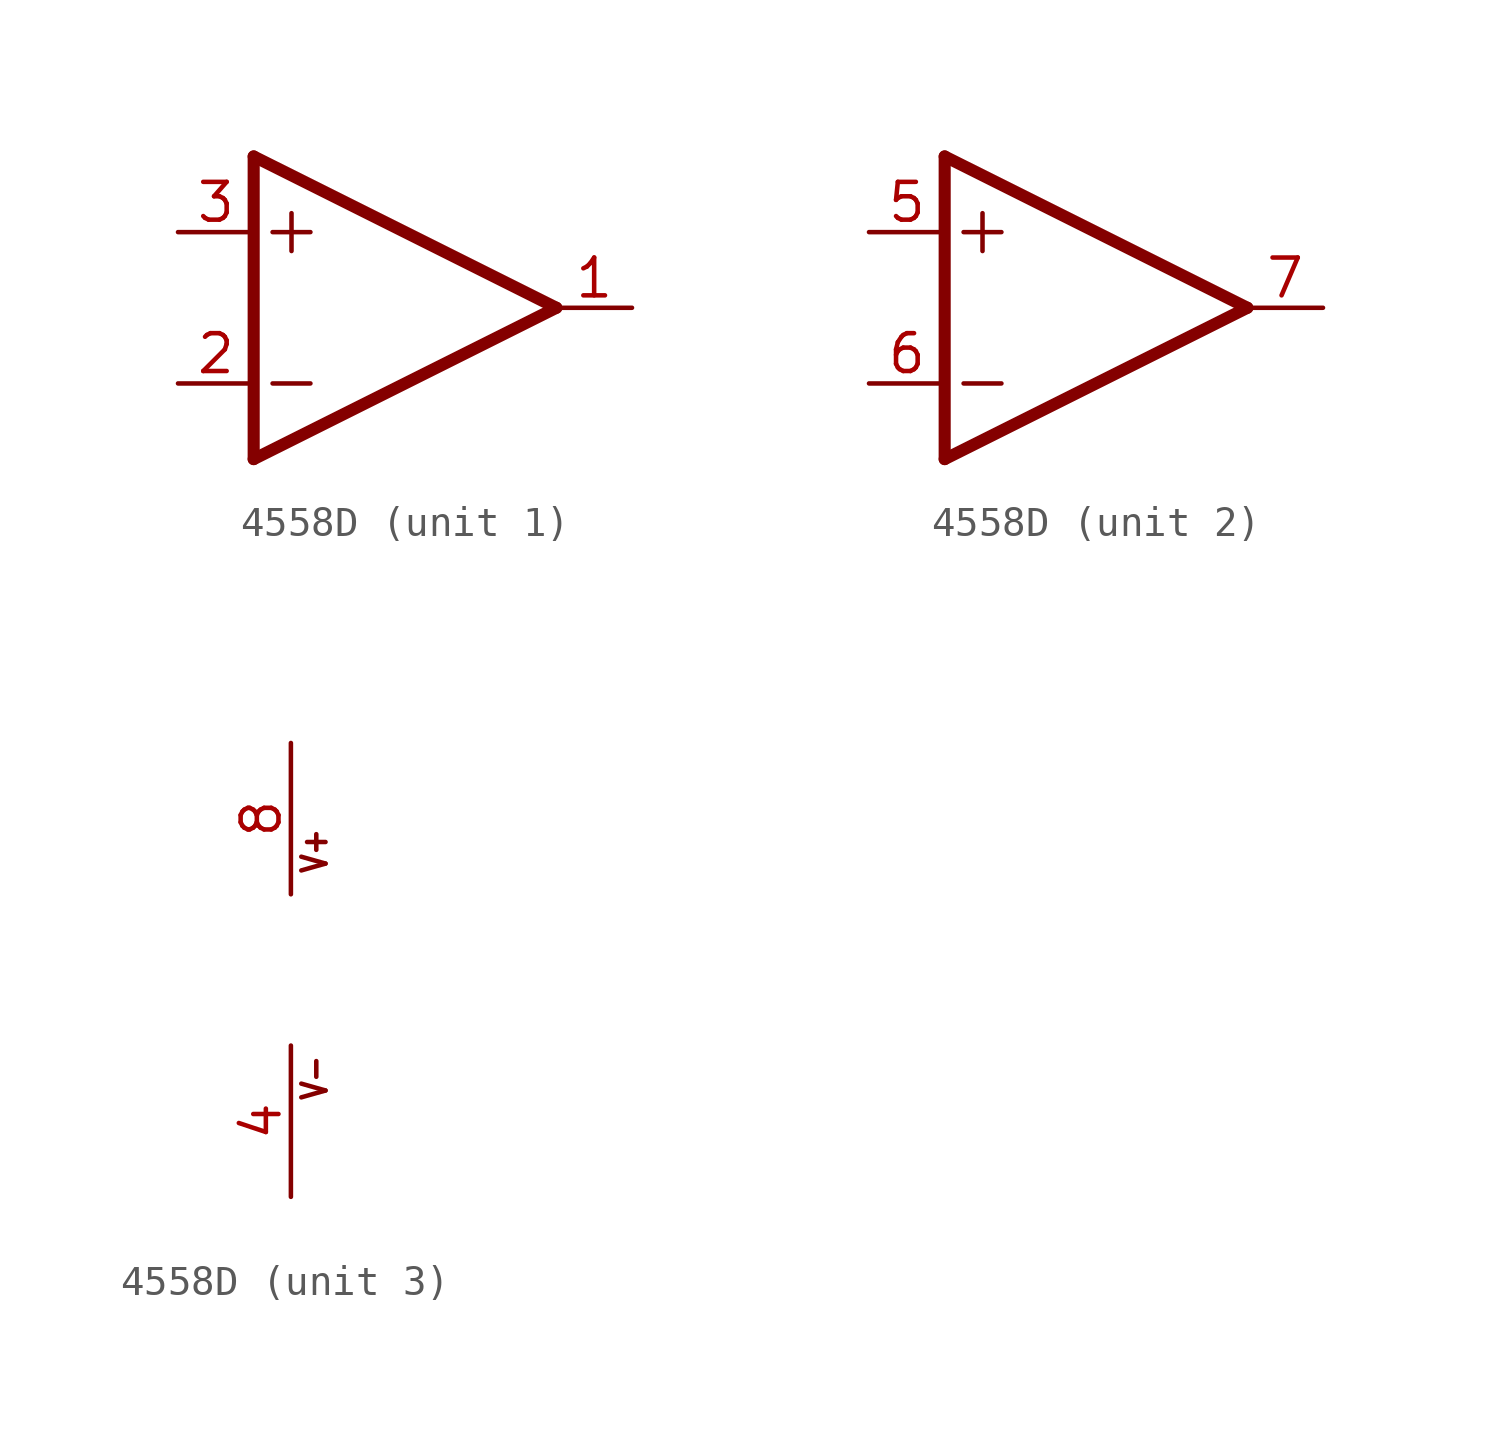
<source format=kicad_sym>
(kicad_symbol_lib
  (version 20231120)
  (generator "kicad_symbol_editor")
  (generator_version "8.0")
  (symbol "4558D"
    (property "Reference" "IC"
      (at 2.54 3.175 0)
      (effects (font (size 1.778 1.511)) (justify left bottom) (hide yes)))
    (property "ki_locked" ""
      (at 0 0 0)
      (effects (font (size 1.27 1.27))))
    (symbol "4558D_1_0"
      (polyline (pts (xy -5.08 -5.08) (xy 5.08 0)) (stroke (width 0.406) (type solid)) (fill (type none)))
      (polyline (pts (xy -5.08 5.08) (xy -5.08 -5.08)) (stroke (width 0.406) (type solid)) (fill (type none)))
      (polyline (pts (xy -4.445 -2.54) (xy -3.175 -2.54)) (stroke (width 0.152) (type solid)) (fill (type none)))
      (polyline (pts (xy -4.445 2.54) (xy -3.175 2.54)) (stroke (width 0.152) (type solid)) (fill (type none)))
      (polyline (pts (xy -3.81 3.175) (xy -3.81 1.905)) (stroke (width 0.152) (type solid)) (fill (type none)))
      (polyline (pts (xy 5.08 0) (xy -5.08 5.08)) (stroke (width 0.406) (type solid)) (fill (type none)))
      (pin output line (at 7.62 0 180) (length 2.54) (name "OUT" (effects (font (size 0 0)))) (number "1" (effects (font (size 1.27 1.27)))))
      (pin input line (at -7.62 -2.54 0) (length 2.54) (name "-IN" (effects (font (size 0 0)))) (number "2" (effects (font (size 1.27 1.27)))))
      (pin input line (at -7.62 2.54 0) (length 2.54) (name "+IN" (effects (font (size 0 0)))) (number "3" (effects (font (size 1.27 1.27))))))
    (symbol "4558D_2_0"
      (polyline (pts (xy -5.08 -5.08) (xy 5.08 0)) (stroke (width 0.406) (type solid)) (fill (type none)))
      (polyline (pts (xy -5.08 5.08) (xy -5.08 -5.08)) (stroke (width 0.406) (type solid)) (fill (type none)))
      (polyline (pts (xy -4.445 -2.54) (xy -3.175 -2.54)) (stroke (width 0.152) (type solid)) (fill (type none)))
      (polyline (pts (xy -4.445 2.54) (xy -3.175 2.54)) (stroke (width 0.152) (type solid)) (fill (type none)))
      (polyline (pts (xy -3.81 3.175) (xy -3.81 1.905)) (stroke (width 0.152) (type solid)) (fill (type none)))
      (polyline (pts (xy 5.08 0) (xy -5.08 5.08)) (stroke (width 0.406) (type solid)) (fill (type none)))
      (pin input line (at -7.62 2.54 0) (length 2.54) (name "+IN" (effects (font (size 0 0)))) (number "5" (effects (font (size 1.27 1.27)))))
      (pin input line (at -7.62 -2.54 0) (length 2.54) (name "-IN" (effects (font (size 0 0)))) (number "6" (effects (font (size 1.27 1.27)))))
      (pin output line (at 7.62 0 180) (length 2.54) (name "OUT" (effects (font (size 0 0)))) (number "7" (effects (font (size 1.27 1.27))))))
    (symbol "4558D_3_0"
      (text "V+" (at 1.27 3.175 900) (effects (font (size 0.813 0.691)) (justify left bottom)))
      (text "V-" (at 1.27 -4.445 900) (effects (font (size 0.813 0.691)) (justify left bottom)))
      (pin power_in line (at 0 -7.62 90) (length 5.08) (name "V-" (effects (font (size 0 0)))) (number "4" (effects (font (size 1.27 1.27)))))
      (pin power_in line (at 0 7.62 270) (length 5.08) (name "V+" (effects (font (size 0 0)))) (number "8" (effects (font (size 1.27 1.27))))))))
</source>
